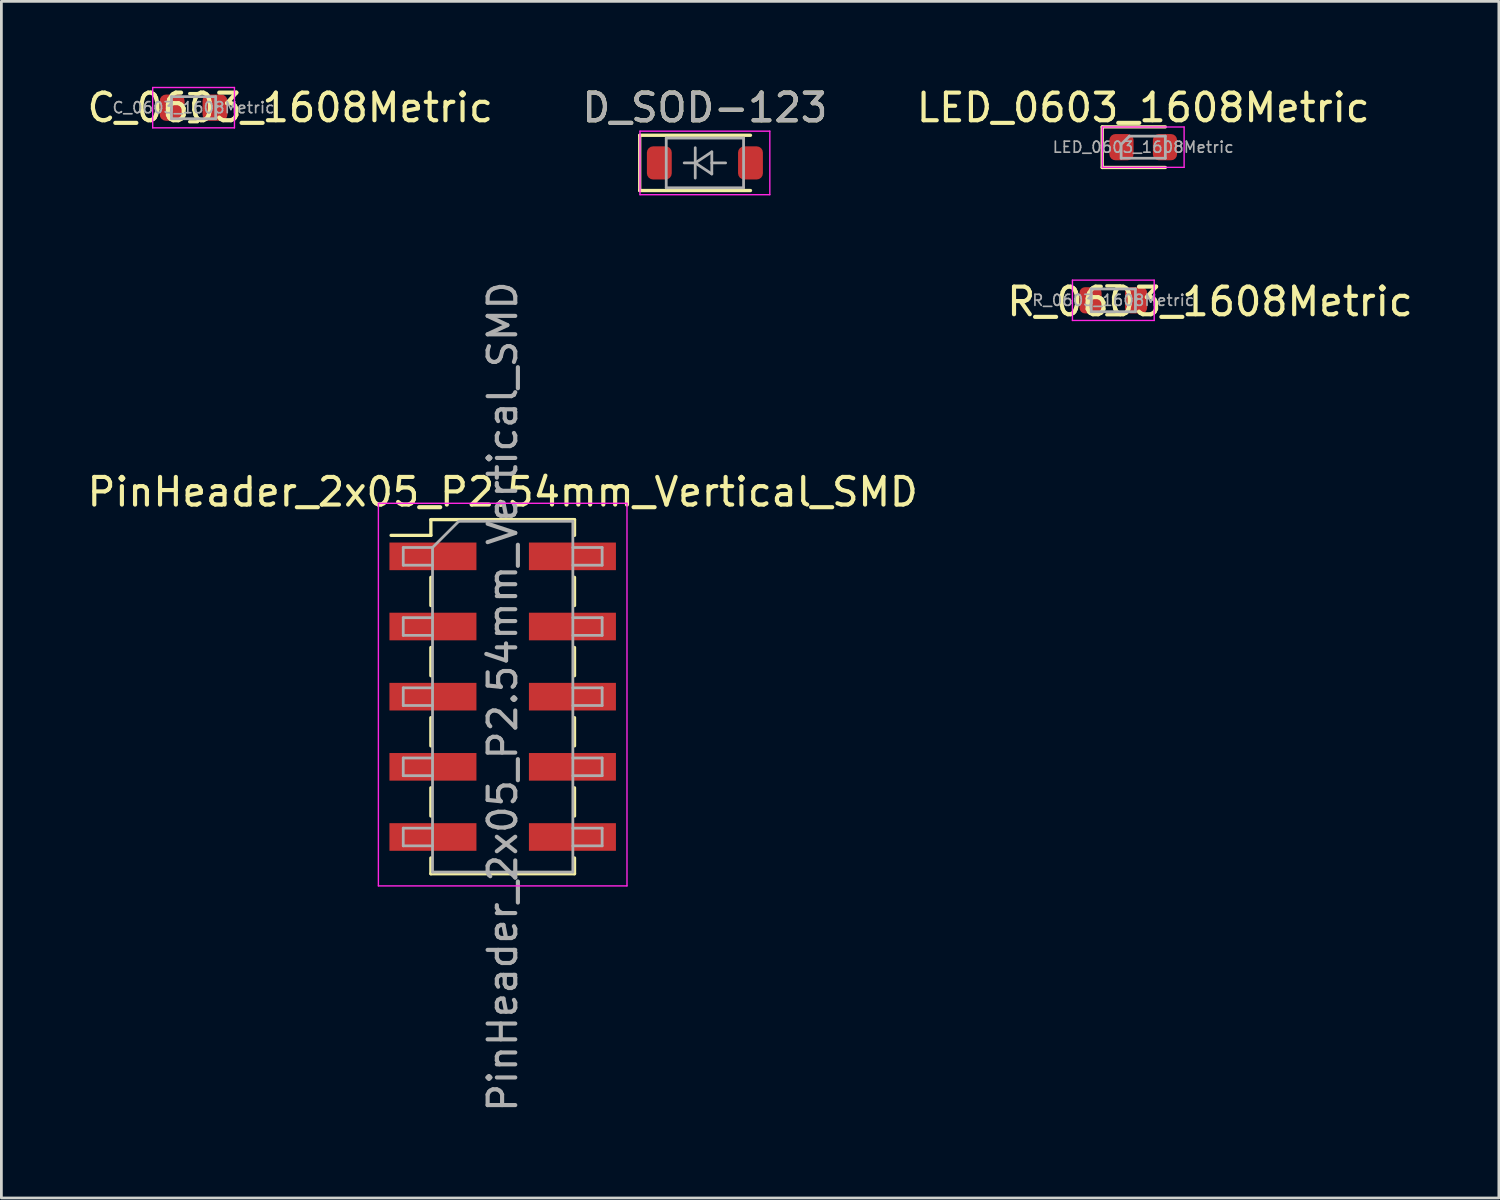
<source format=kicad_pcb>
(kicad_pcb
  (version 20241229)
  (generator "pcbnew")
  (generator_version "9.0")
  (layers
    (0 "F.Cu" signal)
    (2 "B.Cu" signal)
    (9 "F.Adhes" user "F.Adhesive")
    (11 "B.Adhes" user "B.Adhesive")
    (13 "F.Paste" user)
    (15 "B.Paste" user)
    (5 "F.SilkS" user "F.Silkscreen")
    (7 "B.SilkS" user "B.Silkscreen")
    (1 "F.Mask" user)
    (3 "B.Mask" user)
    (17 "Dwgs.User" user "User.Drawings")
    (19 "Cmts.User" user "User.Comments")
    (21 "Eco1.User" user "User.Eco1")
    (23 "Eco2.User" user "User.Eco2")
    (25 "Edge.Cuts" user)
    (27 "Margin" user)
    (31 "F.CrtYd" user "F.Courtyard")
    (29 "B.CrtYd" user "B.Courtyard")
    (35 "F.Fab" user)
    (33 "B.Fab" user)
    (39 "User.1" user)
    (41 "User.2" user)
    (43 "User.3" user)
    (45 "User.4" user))
  (footprint "R_0603_1608Metric"
    (layer "F.Cu")
    (at 37.256 7.822)
    (property "Reference" "R_0603_1608Metric" (at 3.5 0.05 0) (layer "F.SilkS") (effects (font (size 1 1) (thickness 0.15))))
    (attr smd)
    (fp_line (start -0.237 -0.522) (end 0.237 -0.522) (stroke (width 0.12) (type solid)) (layer "F.SilkS"))
    (fp_line (start -0.237 0.522) (end 0.237 0.522) (stroke (width 0.12) (type solid)) (layer "F.SilkS"))
    (fp_line (start -1.48 -0.73) (end 1.48 -0.73) (stroke (width 0.05) (type solid)) (layer "F.CrtYd"))
    (fp_line (start -1.48 0.73) (end -1.48 -0.73) (stroke (width 0.05) (type solid)) (layer "F.CrtYd"))
    (fp_line (start 1.48 -0.73) (end 1.48 0.73) (stroke (width 0.05) (type solid)) (layer "F.CrtYd"))
    (fp_line (start 1.48 0.73) (end -1.48 0.73) (stroke (width 0.05) (type solid)) (layer "F.CrtYd"))
    (fp_line (start -0.8 -0.412) (end 0.8 -0.412) (stroke (width 0.1) (type solid)) (layer "F.Fab"))
    (fp_line (start -0.8 0.412) (end -0.8 -0.412) (stroke (width 0.1) (type solid)) (layer "F.Fab"))
    (fp_line (start 0.8 -0.412) (end 0.8 0.412) (stroke (width 0.1) (type solid)) (layer "F.Fab"))
    (fp_line (start 0.8 0.412) (end -0.8 0.412) (stroke (width 0.1) (type solid)) (layer "F.Fab"))
    (fp_text user "${REFERENCE}" (at 0 0 0) (layer "F.Fab") (effects (font (size 0.4 0.4) (thickness 0.06))))
    (pad "1" smd roundrect (at -0.825 0) (size 0.8 0.95) (layers "F.Cu" "F.Mask" "F.Paste") (roundrect_rratio 0.25))
    (pad "2" smd roundrect (at 0.825 0) (size 0.8 0.95) (layers "F.Cu" "F.Mask" "F.Paste") (roundrect_rratio 0.25)))
  (footprint "D_SOD-123"
    (layer "F.Cu")
    (at 22.47 2.848)
    (property "Reference" "D_SOD-123" (at 0 -2 0) (layer "F.SilkS") (effects (font (size 1 1) (thickness 0.15))))
    (attr smd)
    (fp_line (start -2.36 -1) (end -2.36 1) (stroke (width 0.12) (type solid)) (layer "F.SilkS"))
    (fp_line (start -2.36 -1) (end 1.65 -1) (stroke (width 0.12) (type solid)) (layer "F.SilkS"))
    (fp_line (start -2.36 1) (end 1.65 1) (stroke (width 0.12) (type solid)) (layer "F.SilkS"))
    (fp_line (start -2.35 -1.15) (end -2.35 1.15) (stroke (width 0.05) (type solid)) (layer "F.CrtYd"))
    (fp_line (start -2.35 -1.15) (end 2.35 -1.15) (stroke (width 0.05) (type solid)) (layer "F.CrtYd"))
    (fp_line (start 2.35 -1.15) (end 2.35 1.15) (stroke (width 0.05) (type solid)) (layer "F.CrtYd"))
    (fp_line (start 2.35 1.15) (end -2.35 1.15) (stroke (width 0.05) (type solid)) (layer "F.CrtYd"))
    (fp_line (start -1.4 -0.9) (end 1.4 -0.9) (stroke (width 0.1) (type solid)) (layer "F.Fab"))
    (fp_line (start -1.4 0.9) (end -1.4 -0.9) (stroke (width 0.1) (type solid)) (layer "F.Fab"))
    (fp_line (start -0.75 0) (end -0.35 0) (stroke (width 0.1) (type solid)) (layer "F.Fab"))
    (fp_line (start -0.35 0) (end -0.35 -0.55) (stroke (width 0.1) (type solid)) (layer "F.Fab"))
    (fp_line (start -0.35 0) (end -0.35 0.55) (stroke (width 0.1) (type solid)) (layer "F.Fab"))
    (fp_line (start -0.35 0) (end 0.25 -0.4) (stroke (width 0.1) (type solid)) (layer "F.Fab"))
    (fp_line (start 0.25 -0.4) (end 0.25 0.4) (stroke (width 0.1) (type solid)) (layer "F.Fab"))
    (fp_line (start 0.25 0) (end 0.75 0) (stroke (width 0.1) (type solid)) (layer "F.Fab"))
    (fp_line (start 0.25 0.4) (end -0.35 0) (stroke (width 0.1) (type solid)) (layer "F.Fab"))
    (fp_line (start 1.4 -0.9) (end 1.4 0.9) (stroke (width 0.1) (type solid)) (layer "F.Fab"))
    (fp_line (start 1.4 0.9) (end -1.4 0.9) (stroke (width 0.1) (type solid)) (layer "F.Fab"))
    (fp_text user "${REFERENCE}" (at 0 -2 0) (layer "F.Fab") (effects (font (size 1 1) (thickness 0.15))))
    (pad "1" smd roundrect (at -1.65 0) (size 0.9 1.2) (layers "F.Cu" "F.Mask" "F.Paste") (roundrect_rratio 0.25))
    (pad "2" smd roundrect (at 1.65 0) (size 0.9 1.2) (layers "F.Cu" "F.Mask" "F.Paste") (roundrect_rratio 0.25)))
  (footprint "LED_0603_1608Metric"
    (layer "F.Cu")
    (at 38.339 2.278)
    (property "Reference" "LED_0603_1608Metric" (at 0 -1.43 0) (layer "F.SilkS") (effects (font (size 1 1) (thickness 0.15))))
    (attr smd)
    (fp_line (start -1.485 -0.735) (end -1.485 0.735) (stroke (width 0.12) (type solid)) (layer "F.SilkS"))
    (fp_line (start -1.485 0.735) (end 0.8 0.735) (stroke (width 0.12) (type solid)) (layer "F.SilkS"))
    (fp_line (start 0.8 -0.735) (end -1.485 -0.735) (stroke (width 0.12) (type solid)) (layer "F.SilkS"))
    (fp_line (start -1.48 -0.73) (end 1.48 -0.73) (stroke (width 0.05) (type solid)) (layer "F.CrtYd"))
    (fp_line (start -1.48 0.73) (end -1.48 -0.73) (stroke (width 0.05) (type solid)) (layer "F.CrtYd"))
    (fp_line (start 1.48 -0.73) (end 1.48 0.73) (stroke (width 0.05) (type solid)) (layer "F.CrtYd"))
    (fp_line (start 1.48 0.73) (end -1.48 0.73) (stroke (width 0.05) (type solid)) (layer "F.CrtYd"))
    (fp_line (start -0.8 -0.1) (end -0.8 0.4) (stroke (width 0.1) (type solid)) (layer "F.Fab"))
    (fp_line (start -0.8 0.4) (end 0.8 0.4) (stroke (width 0.1) (type solid)) (layer "F.Fab"))
    (fp_line (start -0.5 -0.4) (end -0.8 -0.1) (stroke (width 0.1) (type solid)) (layer "F.Fab"))
    (fp_line (start 0.8 -0.4) (end -0.5 -0.4) (stroke (width 0.1) (type solid)) (layer "F.Fab"))
    (fp_line (start 0.8 0.4) (end 0.8 -0.4) (stroke (width 0.1) (type solid)) (layer "F.Fab"))
    (fp_text user "${REFERENCE}" (at 0 0 0) (layer "F.Fab") (effects (font (size 0.4 0.4) (thickness 0.06))))
    (pad "1" smd roundrect (at -0.787 0) (size 0.875 0.95) (layers "F.Cu" "F.Mask" "F.Paste") (roundrect_rratio 0.25))
    (pad "2" smd roundrect (at 0.787 0) (size 0.875 0.95) (layers "F.Cu" "F.Mask" "F.Paste") (roundrect_rratio 0.25)))
  (footprint "PinHeader_2x05_P2.54mm_Vertical_SMD"
    (layer "F.Cu")
    (at 15.149 22.172)
    (property "Reference" "PinHeader_2x05_P2.54mm_Vertical_SMD" (at 0 -7.41 0) (layer "F.SilkS") (effects (font (size 1 1) (thickness 0.15))))
    (attr smd)
    (fp_line (start -4.04 -5.84) (end -2.6 -5.84) (stroke (width 0.12) (type solid)) (layer "F.SilkS"))
    (fp_line (start -2.6 -6.41) (end -2.6 -5.84) (stroke (width 0.12) (type solid)) (layer "F.SilkS"))
    (fp_line (start -2.6 -6.41) (end 2.6 -6.41) (stroke (width 0.12) (type solid)) (layer "F.SilkS"))
    (fp_line (start -2.6 -4.32) (end -2.6 -3.3) (stroke (width 0.12) (type solid)) (layer "F.SilkS"))
    (fp_line (start -2.6 -1.78) (end -2.6 -0.76) (stroke (width 0.12) (type solid)) (layer "F.SilkS"))
    (fp_line (start -2.6 0.76) (end -2.6 1.78) (stroke (width 0.12) (type solid)) (layer "F.SilkS"))
    (fp_line (start -2.6 3.3) (end -2.6 4.32) (stroke (width 0.12) (type solid)) (layer "F.SilkS"))
    (fp_line (start -2.6 5.84) (end -2.6 6.41) (stroke (width 0.12) (type solid)) (layer "F.SilkS"))
    (fp_line (start -2.6 6.41) (end 2.6 6.41) (stroke (width 0.12) (type solid)) (layer "F.SilkS"))
    (fp_line (start 2.6 -6.41) (end 2.6 -5.84) (stroke (width 0.12) (type solid)) (layer "F.SilkS"))
    (fp_line (start 2.6 -4.32) (end 2.6 -3.3) (stroke (width 0.12) (type solid)) (layer "F.SilkS"))
    (fp_line (start 2.6 -1.78) (end 2.6 -0.76) (stroke (width 0.12) (type solid)) (layer "F.SilkS"))
    (fp_line (start 2.6 0.76) (end 2.6 1.78) (stroke (width 0.12) (type solid)) (layer "F.SilkS"))
    (fp_line (start 2.6 3.3) (end 2.6 4.32) (stroke (width 0.12) (type solid)) (layer "F.SilkS"))
    (fp_line (start 2.6 5.84) (end 2.6 6.41) (stroke (width 0.12) (type solid)) (layer "F.SilkS"))
    (fp_line (start -4.5 -7) (end -4.5 6.85) (stroke (width 0.05) (type solid)) (layer "F.CrtYd"))
    (fp_line (start -4.5 6.85) (end 4.5 6.85) (stroke (width 0.05) (type solid)) (layer "F.CrtYd"))
    (fp_line (start 4.5 -7) (end -4.5 -7) (stroke (width 0.05) (type solid)) (layer "F.CrtYd"))
    (fp_line (start 4.5 6.85) (end 4.5 -7) (stroke (width 0.05) (type solid)) (layer "F.CrtYd"))
    (fp_line (start -3.6 -5.4) (end -3.6 -4.76) (stroke (width 0.1) (type solid)) (layer "F.Fab"))
    (fp_line (start -3.6 -4.76) (end -2.54 -4.76) (stroke (width 0.1) (type solid)) (layer "F.Fab"))
    (fp_line (start -3.6 -2.86) (end -3.6 -2.22) (stroke (width 0.1) (type solid)) (layer "F.Fab"))
    (fp_line (start -3.6 -2.22) (end -2.54 -2.22) (stroke (width 0.1) (type solid)) (layer "F.Fab"))
    (fp_line (start -3.6 -0.32) (end -3.6 0.32) (stroke (width 0.1) (type solid)) (layer "F.Fab"))
    (fp_line (start -3.6 0.32) (end -2.54 0.32) (stroke (width 0.1) (type solid)) (layer "F.Fab"))
    (fp_line (start -3.6 2.22) (end -3.6 2.86) (stroke (width 0.1) (type solid)) (layer "F.Fab"))
    (fp_line (start -3.6 2.86) (end -2.54 2.86) (stroke (width 0.1) (type solid)) (layer "F.Fab"))
    (fp_line (start -3.6 4.76) (end -3.6 5.4) (stroke (width 0.1) (type solid)) (layer "F.Fab"))
    (fp_line (start -3.6 5.4) (end -2.54 5.4) (stroke (width 0.1) (type solid)) (layer "F.Fab"))
    (fp_line (start -2.54 -5.4) (end -3.6 -5.4) (stroke (width 0.1) (type solid)) (layer "F.Fab"))
    (fp_line (start -2.54 -5.4) (end -1.59 -6.35) (stroke (width 0.1) (type solid)) (layer "F.Fab"))
    (fp_line (start -2.54 -2.86) (end -3.6 -2.86) (stroke (width 0.1) (type solid)) (layer "F.Fab"))
    (fp_line (start -2.54 -0.32) (end -3.6 -0.32) (stroke (width 0.1) (type solid)) (layer "F.Fab"))
    (fp_line (start -2.54 2.22) (end -3.6 2.22) (stroke (width 0.1) (type solid)) (layer "F.Fab"))
    (fp_line (start -2.54 4.76) (end -3.6 4.76) (stroke (width 0.1) (type solid)) (layer "F.Fab"))
    (fp_line (start -2.54 6.35) (end -2.54 -5.4) (stroke (width 0.1) (type solid)) (layer "F.Fab"))
    (fp_line (start -1.59 -6.35) (end 2.54 -6.35) (stroke (width 0.1) (type solid)) (layer "F.Fab"))
    (fp_line (start 2.54 -6.35) (end 2.54 6.35) (stroke (width 0.1) (type solid)) (layer "F.Fab"))
    (fp_line (start 2.54 -5.4) (end 3.6 -5.4) (stroke (width 0.1) (type solid)) (layer "F.Fab"))
    (fp_line (start 2.54 -2.86) (end 3.6 -2.86) (stroke (width 0.1) (type solid)) (layer "F.Fab"))
    (fp_line (start 2.54 -0.32) (end 3.6 -0.32) (stroke (width 0.1) (type solid)) (layer "F.Fab"))
    (fp_line (start 2.54 2.22) (end 3.6 2.22) (stroke (width 0.1) (type solid)) (layer "F.Fab"))
    (fp_line (start 2.54 4.76) (end 3.6 4.76) (stroke (width 0.1) (type solid)) (layer "F.Fab"))
    (fp_line (start 2.54 6.35) (end -2.54 6.35) (stroke (width 0.1) (type solid)) (layer "F.Fab"))
    (fp_line (start 3.6 -5.4) (end 3.6 -4.76) (stroke (width 0.1) (type solid)) (layer "F.Fab"))
    (fp_line (start 3.6 -4.76) (end 2.54 -4.76) (stroke (width 0.1) (type solid)) (layer "F.Fab"))
    (fp_line (start 3.6 -2.86) (end 3.6 -2.22) (stroke (width 0.1) (type solid)) (layer "F.Fab"))
    (fp_line (start 3.6 -2.22) (end 2.54 -2.22) (stroke (width 0.1) (type solid)) (layer "F.Fab"))
    (fp_line (start 3.6 -0.32) (end 3.6 0.32) (stroke (width 0.1) (type solid)) (layer "F.Fab"))
    (fp_line (start 3.6 0.32) (end 2.54 0.32) (stroke (width 0.1) (type solid)) (layer "F.Fab"))
    (fp_line (start 3.6 2.22) (end 3.6 2.86) (stroke (width 0.1) (type solid)) (layer "F.Fab"))
    (fp_line (start 3.6 2.86) (end 2.54 2.86) (stroke (width 0.1) (type solid)) (layer "F.Fab"))
    (fp_line (start 3.6 4.76) (end 3.6 5.4) (stroke (width 0.1) (type solid)) (layer "F.Fab"))
    (fp_line (start 3.6 5.4) (end 2.54 5.4) (stroke (width 0.1) (type solid)) (layer "F.Fab"))
    (fp_text user "${REFERENCE}" (at 0 0 90) (layer "F.Fab") (effects (font (size 1 1) (thickness 0.15))))
    (pad "1" smd rect (at -2.525 -5.08) (size 3.15 1) (layers "F.Cu" "F.Mask" "F.Paste"))
    (pad "2" smd rect (at -2.525 -2.54) (size 3.15 1) (layers "F.Cu" "F.Mask" "F.Paste"))
    (pad "3" smd rect (at -2.525 0) (size 3.15 1) (layers "F.Cu" "F.Mask" "F.Paste"))
    (pad "4" smd rect (at -2.525 2.54) (size 3.15 1) (layers "F.Cu" "F.Mask" "F.Paste"))
    (pad "5" smd rect (at -2.525 5.08) (size 3.15 1) (layers "F.Cu" "F.Mask" "F.Paste"))
    (pad "6" smd rect (at 2.525 5.08) (size 3.15 1) (layers "F.Cu" "F.Mask" "F.Paste"))
    (pad "7" smd rect (at 2.525 2.54) (size 3.15 1) (layers "F.Cu" "F.Mask" "F.Paste"))
    (pad "8" smd rect (at 2.525 0) (size 3.15 1) (layers "F.Cu" "F.Mask" "F.Paste"))
    (pad "9" smd rect (at 2.525 -2.54) (size 3.15 1) (layers "F.Cu" "F.Mask" "F.Paste"))
    (pad "10" smd rect (at 2.525 -5.08) (size 3.15 1) (layers "F.Cu" "F.Mask" "F.Paste")))
  (footprint "C_0603_1608Metric"
    (layer "F.Cu")
    (at 3.958 0.848)
    (property "Reference" "C_0603_1608Metric" (at 3.5 0 0) (layer "F.SilkS") (effects (font (size 1 1) (thickness 0.15))))
    (attr smd)
    (fp_line (start -0.141 -0.51) (end 0.141 -0.51) (stroke (width 0.12) (type solid)) (layer "F.SilkS"))
    (fp_line (start -0.141 0.51) (end 0.141 0.51) (stroke (width 0.12) (type solid)) (layer "F.SilkS"))
    (fp_line (start -1.48 -0.73) (end 1.48 -0.73) (stroke (width 0.05) (type solid)) (layer "F.CrtYd"))
    (fp_line (start -1.48 0.73) (end -1.48 -0.73) (stroke (width 0.05) (type solid)) (layer "F.CrtYd"))
    (fp_line (start 1.48 -0.73) (end 1.48 0.73) (stroke (width 0.05) (type solid)) (layer "F.CrtYd"))
    (fp_line (start 1.48 0.73) (end -1.48 0.73) (stroke (width 0.05) (type solid)) (layer "F.CrtYd"))
    (fp_line (start -0.8 -0.4) (end 0.8 -0.4) (stroke (width 0.1) (type solid)) (layer "F.Fab"))
    (fp_line (start -0.8 0.4) (end -0.8 -0.4) (stroke (width 0.1) (type solid)) (layer "F.Fab"))
    (fp_line (start 0.8 -0.4) (end 0.8 0.4) (stroke (width 0.1) (type solid)) (layer "F.Fab"))
    (fp_line (start 0.8 0.4) (end -0.8 0.4) (stroke (width 0.1) (type solid)) (layer "F.Fab"))
    (fp_text user "${REFERENCE}" (at 0 0 0) (layer "F.Fab") (effects (font (size 0.4 0.4) (thickness 0.06))))
    (pad "1" smd roundrect (at -0.775 0) (size 0.9 0.95) (layers "F.Cu" "F.Mask" "F.Paste") (roundrect_rratio 0.25))
    (pad "2" smd roundrect (at 0.775 0) (size 0.9 0.95) (layers "F.Cu" "F.Mask" "F.Paste") (roundrect_rratio 0.25)))
  (gr_rect
    (start -3 -3)
    (end 51.214 40.321)
    (stroke (width 0.1) (type default))
    (fill no)
    (layer "Edge.Cuts")))
</source>
